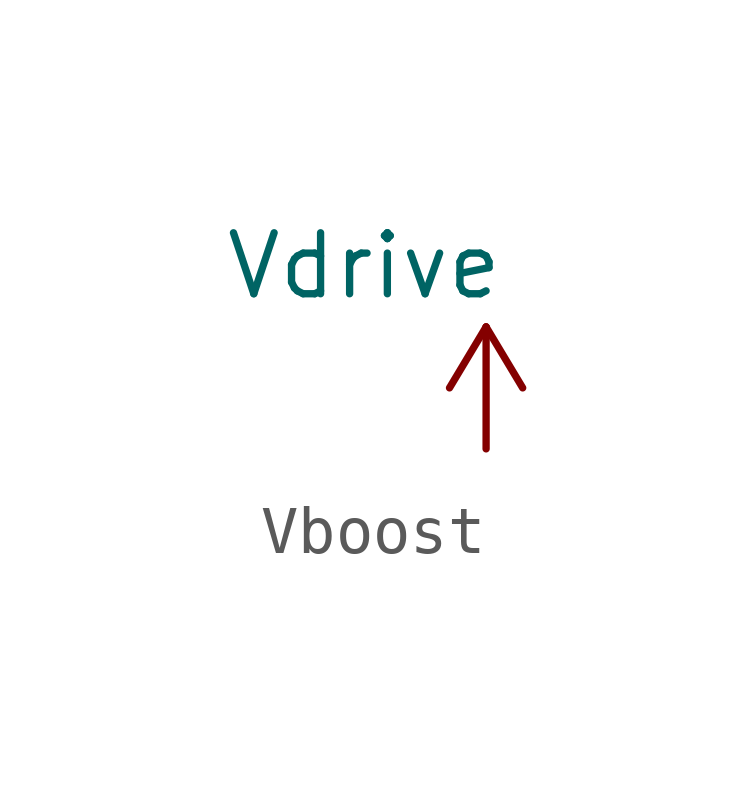
<source format=kicad_sym>
(kicad_symbol_lib
  (version 20241209)
  (generator "kicad_symbol_editor")
  (generator_version "9.0")
  (symbol "Vboost"
    (power)
    (pin_names
      (offset 0))
    (property "Reference" "#PWR0137"
      (at -5.08 -3.81 0)
      (effects (font (size 1.27 1.27)) (hide yes)))
    (property "Value" "Vdrive"
      (at -2.54 3.81 0)
      (effects (font (size 1.27 1.27))))
    (symbol "Vboost_0_1"
      (polyline (pts (xy -0.762 1.27) (xy 0 2.54)) (stroke (width 0) (type default)) (fill (type none)))
      (polyline (pts (xy 0 2.54) (xy 0.762 1.27)) (stroke (width 0) (type default)) (fill (type none)))
      (polyline (pts (xy 0 0) (xy 0 2.54)) (stroke (width 0) (type default)) (fill (type none))))
    (symbol "Vboost_1_1"
      (pin power_in line (at 0 0 90) (length 0) (hide yes) (name "Vdrive" (effects (font (size 1.27 1.27)))) (number "1" (effects (font (size 1.27 1.27))))))))
</source>
